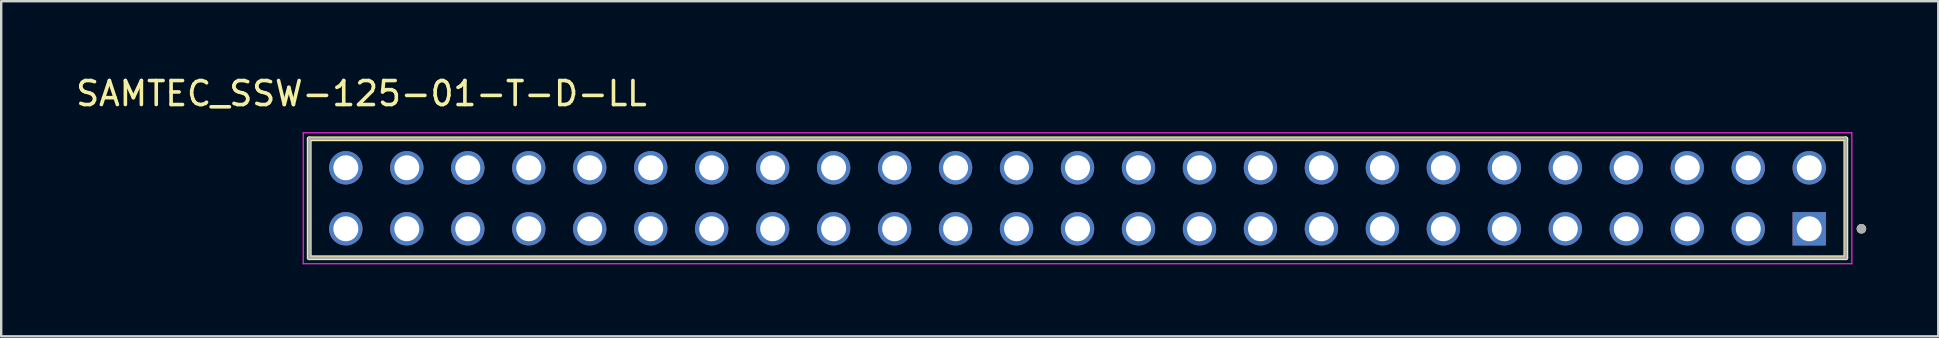
<source format=kicad_pcb>
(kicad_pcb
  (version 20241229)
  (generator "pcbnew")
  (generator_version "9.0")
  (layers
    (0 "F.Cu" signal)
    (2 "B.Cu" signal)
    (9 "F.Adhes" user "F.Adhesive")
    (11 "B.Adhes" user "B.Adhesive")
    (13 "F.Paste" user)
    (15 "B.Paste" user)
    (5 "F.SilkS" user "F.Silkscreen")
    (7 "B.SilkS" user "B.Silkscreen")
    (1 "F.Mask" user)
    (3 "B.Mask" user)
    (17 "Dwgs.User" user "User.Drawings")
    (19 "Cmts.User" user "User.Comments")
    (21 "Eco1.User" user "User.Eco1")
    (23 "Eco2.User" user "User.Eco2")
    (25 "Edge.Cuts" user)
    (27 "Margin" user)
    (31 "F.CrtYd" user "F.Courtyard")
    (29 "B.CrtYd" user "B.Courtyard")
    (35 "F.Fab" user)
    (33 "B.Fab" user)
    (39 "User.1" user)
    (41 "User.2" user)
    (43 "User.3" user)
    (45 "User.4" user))
  (footprint "SAMTEC_SSW-125-01-T-D-LL"
    (layer "F.Cu")
    (at 72.316 6.48)
    (property "Reference" "SAMTEC_SSW-125-01-T-D-LL" (at -60.31 -5.631 0) (layer "F.SilkS") (effects (font (size 1 1) (thickness 0.15))))
    (attr through_hole)
    (fp_line (start -62.485 1.206) (end -62.485 -3.747) (stroke (width 0.2) (type solid)) (layer "F.SilkS"))
    (fp_line (start 1.525 -3.747) (end -62.485 -3.747) (stroke (width 0.2) (type solid)) (layer "F.SilkS"))
    (fp_line (start 1.525 -3.747) (end 1.525 1.206) (stroke (width 0.2) (type solid)) (layer "F.SilkS"))
    (fp_line (start 1.525 1.206) (end -62.485 1.206) (stroke (width 0.2) (type solid)) (layer "F.SilkS"))
    (fp_circle (center 2.175 0) (end 2.275 0) (stroke (width 0.2) (type solid)) (fill no) (layer "F.SilkS"))
    (fp_line (start -62.735 -3.997) (end 1.775 -3.997) (stroke (width 0.05) (type solid)) (layer "F.CrtYd"))
    (fp_line (start -62.735 1.456) (end -62.735 -3.997) (stroke (width 0.05) (type solid)) (layer "F.CrtYd"))
    (fp_line (start 1.775 -3.997) (end 1.775 1.456) (stroke (width 0.05) (type solid)) (layer "F.CrtYd"))
    (fp_line (start 1.775 1.456) (end -62.735 1.456) (stroke (width 0.05) (type solid)) (layer "F.CrtYd"))
    (fp_line (start -62.485 -3.747) (end 1.525 -3.747) (stroke (width 0.1) (type solid)) (layer "F.Fab"))
    (fp_line (start -62.485 -3.747) (end 1.525 -3.747) (stroke (width 0.1) (type solid)) (layer "F.Fab"))
    (fp_line (start -62.485 1.206) (end -62.485 -3.747) (stroke (width 0.1) (type solid)) (layer "F.Fab"))
    (fp_line (start -62.485 1.206) (end -62.485 -3.747) (stroke (width 0.1) (type solid)) (layer "F.Fab"))
    (fp_line (start 1.525 -3.747) (end 1.525 1.206) (stroke (width 0.1) (type solid)) (layer "F.Fab"))
    (fp_line (start 1.525 -3.747) (end 1.525 1.206) (stroke (width 0.1) (type solid)) (layer "F.Fab"))
    (fp_line (start 1.525 1.206) (end -62.485 1.206) (stroke (width 0.1) (type solid)) (layer "F.Fab"))
    (fp_circle (center 2.175 0) (end 2.275 0) (stroke (width 0.2) (type solid)) (fill no) (layer "F.Fab"))
    (pad "01" thru_hole rect (at 0 0) (size 1.39 1.39) (drill 1.04) (layers "*.Cu" "*.Mask"))
    (pad "02" thru_hole circle (at 0 -2.54) (size 1.39 1.39) (drill 1.04) (layers "*.Cu" "*.Mask"))
    (pad "03" thru_hole circle (at -2.54 0) (size 1.39 1.39) (drill 1.04) (layers "*.Cu" "*.Mask"))
    (pad "04" thru_hole circle (at -2.54 -2.54) (size 1.39 1.39) (drill 1.04) (layers "*.Cu" "*.Mask"))
    (pad "05" thru_hole circle (at -5.08 0) (size 1.39 1.39) (drill 1.04) (layers "*.Cu" "*.Mask"))
    (pad "06" thru_hole circle (at -5.08 -2.54) (size 1.39 1.39) (drill 1.04) (layers "*.Cu" "*.Mask"))
    (pad "07" thru_hole circle (at -7.62 0) (size 1.39 1.39) (drill 1.04) (layers "*.Cu" "*.Mask"))
    (pad "08" thru_hole circle (at -7.62 -2.54) (size 1.39 1.39) (drill 1.04) (layers "*.Cu" "*.Mask"))
    (pad "09" thru_hole circle (at -10.16 0) (size 1.39 1.39) (drill 1.04) (layers "*.Cu" "*.Mask"))
    (pad "10" thru_hole circle (at -10.16 -2.54) (size 1.39 1.39) (drill 1.04) (layers "*.Cu" "*.Mask"))
    (pad "11" thru_hole circle (at -12.7 0) (size 1.39 1.39) (drill 1.04) (layers "*.Cu" "*.Mask"))
    (pad "12" thru_hole circle (at -12.7 -2.54) (size 1.39 1.39) (drill 1.04) (layers "*.Cu" "*.Mask"))
    (pad "13" thru_hole circle (at -15.24 0) (size 1.39 1.39) (drill 1.04) (layers "*.Cu" "*.Mask"))
    (pad "14" thru_hole circle (at -15.24 -2.54) (size 1.39 1.39) (drill 1.04) (layers "*.Cu" "*.Mask"))
    (pad "15" thru_hole circle (at -17.78 0) (size 1.39 1.39) (drill 1.04) (layers "*.Cu" "*.Mask"))
    (pad "16" thru_hole circle (at -17.78 -2.54) (size 1.39 1.39) (drill 1.04) (layers "*.Cu" "*.Mask"))
    (pad "17" thru_hole circle (at -20.32 0) (size 1.39 1.39) (drill 1.04) (layers "*.Cu" "*.Mask"))
    (pad "18" thru_hole circle (at -20.32 -2.54) (size 1.39 1.39) (drill 1.04) (layers "*.Cu" "*.Mask"))
    (pad "19" thru_hole circle (at -22.86 0) (size 1.39 1.39) (drill 1.04) (layers "*.Cu" "*.Mask"))
    (pad "20" thru_hole circle (at -22.86 -2.54) (size 1.39 1.39) (drill 1.04) (layers "*.Cu" "*.Mask"))
    (pad "21" thru_hole circle (at -25.4 0) (size 1.39 1.39) (drill 1.04) (layers "*.Cu" "*.Mask"))
    (pad "22" thru_hole circle (at -25.4 -2.54) (size 1.39 1.39) (drill 1.04) (layers "*.Cu" "*.Mask"))
    (pad "23" thru_hole circle (at -27.94 0) (size 1.39 1.39) (drill 1.04) (layers "*.Cu" "*.Mask"))
    (pad "24" thru_hole circle (at -27.94 -2.54) (size 1.39 1.39) (drill 1.04) (layers "*.Cu" "*.Mask"))
    (pad "25" thru_hole circle (at -30.48 0) (size 1.39 1.39) (drill 1.04) (layers "*.Cu" "*.Mask"))
    (pad "26" thru_hole circle (at -30.48 -2.54) (size 1.39 1.39) (drill 1.04) (layers "*.Cu" "*.Mask"))
    (pad "27" thru_hole circle (at -33.02 0) (size 1.39 1.39) (drill 1.04) (layers "*.Cu" "*.Mask"))
    (pad "28" thru_hole circle (at -33.02 -2.54) (size 1.39 1.39) (drill 1.04) (layers "*.Cu" "*.Mask"))
    (pad "29" thru_hole circle (at -35.56 0) (size 1.39 1.39) (drill 1.04) (layers "*.Cu" "*.Mask"))
    (pad "30" thru_hole circle (at -35.56 -2.54) (size 1.39 1.39) (drill 1.04) (layers "*.Cu" "*.Mask"))
    (pad "31" thru_hole circle (at -38.1 0) (size 1.39 1.39) (drill 1.04) (layers "*.Cu" "*.Mask"))
    (pad "32" thru_hole circle (at -38.1 -2.54) (size 1.39 1.39) (drill 1.04) (layers "*.Cu" "*.Mask"))
    (pad "33" thru_hole circle (at -40.64 0) (size 1.39 1.39) (drill 1.04) (layers "*.Cu" "*.Mask"))
    (pad "34" thru_hole circle (at -40.64 -2.54) (size 1.39 1.39) (drill 1.04) (layers "*.Cu" "*.Mask"))
    (pad "35" thru_hole circle (at -43.18 0) (size 1.39 1.39) (drill 1.04) (layers "*.Cu" "*.Mask"))
    (pad "36" thru_hole circle (at -43.18 -2.54) (size 1.39 1.39) (drill 1.04) (layers "*.Cu" "*.Mask"))
    (pad "37" thru_hole circle (at -45.72 0) (size 1.39 1.39) (drill 1.04) (layers "*.Cu" "*.Mask"))
    (pad "38" thru_hole circle (at -45.72 -2.54) (size 1.39 1.39) (drill 1.04) (layers "*.Cu" "*.Mask"))
    (pad "39" thru_hole circle (at -48.26 0) (size 1.39 1.39) (drill 1.04) (layers "*.Cu" "*.Mask"))
    (pad "40" thru_hole circle (at -48.26 -2.54) (size 1.39 1.39) (drill 1.04) (layers "*.Cu" "*.Mask"))
    (pad "41" thru_hole circle (at -50.8 0) (size 1.39 1.39) (drill 1.04) (layers "*.Cu" "*.Mask"))
    (pad "42" thru_hole circle (at -50.8 -2.54) (size 1.39 1.39) (drill 1.04) (layers "*.Cu" "*.Mask"))
    (pad "43" thru_hole circle (at -53.34 0) (size 1.39 1.39) (drill 1.04) (layers "*.Cu" "*.Mask"))
    (pad "44" thru_hole circle (at -53.34 -2.54) (size 1.39 1.39) (drill 1.04) (layers "*.Cu" "*.Mask"))
    (pad "45" thru_hole circle (at -55.88 0) (size 1.39 1.39) (drill 1.04) (layers "*.Cu" "*.Mask"))
    (pad "46" thru_hole circle (at -55.88 -2.54) (size 1.39 1.39) (drill 1.04) (layers "*.Cu" "*.Mask"))
    (pad "47" thru_hole circle (at -58.42 0) (size 1.39 1.39) (drill 1.04) (layers "*.Cu" "*.Mask"))
    (pad "48" thru_hole circle (at -58.42 -2.54) (size 1.39 1.39) (drill 1.04) (layers "*.Cu" "*.Mask"))
    (pad "49" thru_hole circle (at -60.96 0) (size 1.39 1.39) (drill 1.04) (layers "*.Cu" "*.Mask"))
    (pad "50" thru_hole circle (at -60.96 -2.54) (size 1.39 1.39) (drill 1.04) (layers "*.Cu" "*.Mask")))
  (gr_rect
    (start -3 -3)
    (end 77.691 10.961)
    (stroke (width 0.1) (type default))
    (fill no)
    (layer "Edge.Cuts")))
</source>
